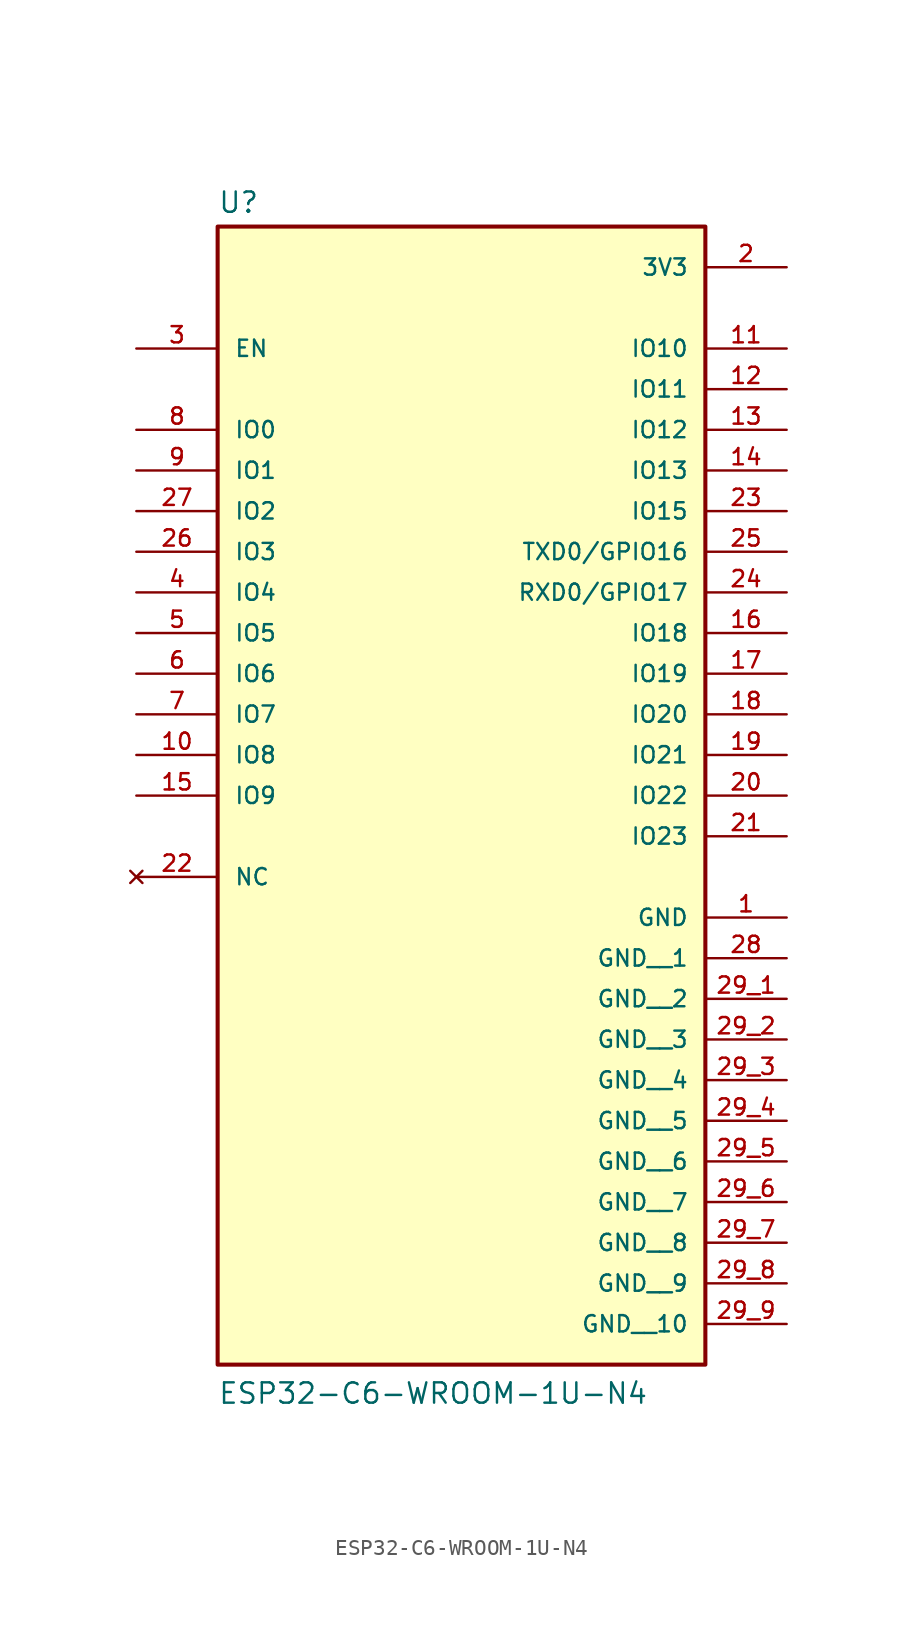
<source format=kicad_sym>
(kicad_symbol_lib
  (version 20211014)
  (generator kicad_symbol_editor)
  (symbol "ESP32-C6-WROOM-1U-N4"
    (pin_names
      (offset 1.016))
    (property "Reference" "U"
      (at -15.24 23.622 0)
      (effects (font (size 1.27 1.27)) (justify bottom left)))
    (property "Value" "ESP32-C6-WROOM-1U-N4"
      (at -15.24 -50.8 0)
      (effects (font (size 1.27 1.27)) (justify bottom left)))
    (symbol "ESP32-C6-WROOM-1U-N4_0_0"
      (rectangle (start -15.24 -48.26) (end 15.24 22.86) (stroke (width 0.254)) (fill (type background)))
      (pin power_in line (at 20.32 -20.32 180.0) (length 5.08) (name "GND" (effects (font (size 1.016 1.016)))) (number "1" (effects (font (size 1.016 1.016)))))
      (pin power_in line (at 20.32 20.32 180.0) (length 5.08) (name "3V3" (effects (font (size 1.016 1.016)))) (number "2" (effects (font (size 1.016 1.016)))))
      (pin input line (at -20.32 15.24 0) (length 5.08) (name "EN" (effects (font (size 1.016 1.016)))) (number "3" (effects (font (size 1.016 1.016)))))
      (pin bidirectional line (at -20.32 0.0 0) (length 5.08) (name "IO4" (effects (font (size 1.016 1.016)))) (number "4" (effects (font (size 1.016 1.016)))))
      (pin bidirectional line (at -20.32 -2.54 0) (length 5.08) (name "IO5" (effects (font (size 1.016 1.016)))) (number "5" (effects (font (size 1.016 1.016)))))
      (pin bidirectional line (at -20.32 -5.08 0) (length 5.08) (name "IO6" (effects (font (size 1.016 1.016)))) (number "6" (effects (font (size 1.016 1.016)))))
      (pin bidirectional line (at -20.32 -7.62 0) (length 5.08) (name "IO7" (effects (font (size 1.016 1.016)))) (number "7" (effects (font (size 1.016 1.016)))))
      (pin bidirectional line (at -20.32 10.16 0) (length 5.08) (name "IO0" (effects (font (size 1.016 1.016)))) (number "8" (effects (font (size 1.016 1.016)))))
      (pin bidirectional line (at -20.32 7.62 0) (length 5.08) (name "IO1" (effects (font (size 1.016 1.016)))) (number "9" (effects (font (size 1.016 1.016)))))
      (pin bidirectional line (at -20.32 -10.16 0) (length 5.08) (name "IO8" (effects (font (size 1.016 1.016)))) (number "10" (effects (font (size 1.016 1.016)))))
      (pin bidirectional line (at 20.32 15.24 180.0) (length 5.08) (name "IO10" (effects (font (size 1.016 1.016)))) (number "11" (effects (font (size 1.016 1.016)))))
      (pin bidirectional line (at 20.32 12.7 180.0) (length 5.08) (name "IO11" (effects (font (size 1.016 1.016)))) (number "12" (effects (font (size 1.016 1.016)))))
      (pin bidirectional line (at 20.32 10.16 180.0) (length 5.08) (name "IO12" (effects (font (size 1.016 1.016)))) (number "13" (effects (font (size 1.016 1.016)))))
      (pin bidirectional line (at 20.32 7.62 180.0) (length 5.08) (name "IO13" (effects (font (size 1.016 1.016)))) (number "14" (effects (font (size 1.016 1.016)))))
      (pin bidirectional line (at -20.32 5.08 0) (length 5.08) (name "IO2" (effects (font (size 1.016 1.016)))) (number "27" (effects (font (size 1.016 1.016)))))
      (pin bidirectional line (at -20.32 2.54 0) (length 5.08) (name "IO3" (effects (font (size 1.016 1.016)))) (number "26" (effects (font (size 1.016 1.016)))))
      (pin bidirectional line (at 20.32 2.54 180.0) (length 5.08) (name "TXD0/GPIO16" (effects (font (size 1.016 1.016)))) (number "25" (effects (font (size 1.016 1.016)))))
      (pin bidirectional line (at 20.32 0.0 180.0) (length 5.08) (name "RXD0/GPIO17" (effects (font (size 1.016 1.016)))) (number "24" (effects (font (size 1.016 1.016)))))
      (pin bidirectional line (at 20.32 5.08 180.0) (length 5.08) (name "IO15" (effects (font (size 1.016 1.016)))) (number "23" (effects (font (size 1.016 1.016)))))
      (pin no_connect line (at -20.32 -17.78 0) (length 5.08) (name "NC" (effects (font (size 1.016 1.016)))) (number "22" (effects (font (size 1.016 1.016)))))
      (pin bidirectional line (at 20.32 -15.24 180.0) (length 5.08) (name "IO23" (effects (font (size 1.016 1.016)))) (number "21" (effects (font (size 1.016 1.016)))))
      (pin bidirectional line (at 20.32 -12.7 180.0) (length 5.08) (name "IO22" (effects (font (size 1.016 1.016)))) (number "20" (effects (font (size 1.016 1.016)))))
      (pin bidirectional line (at 20.32 -10.16 180.0) (length 5.08) (name "IO21" (effects (font (size 1.016 1.016)))) (number "19" (effects (font (size 1.016 1.016)))))
      (pin bidirectional line (at 20.32 -7.62 180.0) (length 5.08) (name "IO20" (effects (font (size 1.016 1.016)))) (number "18" (effects (font (size 1.016 1.016)))))
      (pin bidirectional line (at 20.32 -5.08 180.0) (length 5.08) (name "IO19" (effects (font (size 1.016 1.016)))) (number "17" (effects (font (size 1.016 1.016)))))
      (pin bidirectional line (at 20.32 -2.54 180.0) (length 5.08) (name "IO18" (effects (font (size 1.016 1.016)))) (number "16" (effects (font (size 1.016 1.016)))))
      (pin bidirectional line (at -20.32 -12.7 0) (length 5.08) (name "IO9" (effects (font (size 1.016 1.016)))) (number "15" (effects (font (size 1.016 1.016)))))
      (pin power_in line (at 20.32 -22.86 180.0) (length 5.08) (name "GND__1" (effects (font (size 1.016 1.016)))) (number "28" (effects (font (size 1.016 1.016)))))
      (pin power_in line (at 20.32 -25.4 180.0) (length 5.08) (name "GND__2" (effects (font (size 1.016 1.016)))) (number "29_1" (effects (font (size 1.016 1.016)))))
      (pin power_in line (at 20.32 -27.94 180.0) (length 5.08) (name "GND__3" (effects (font (size 1.016 1.016)))) (number "29_2" (effects (font (size 1.016 1.016)))))
      (pin power_in line (at 20.32 -30.48 180.0) (length 5.08) (name "GND__4" (effects (font (size 1.016 1.016)))) (number "29_3" (effects (font (size 1.016 1.016)))))
      (pin power_in line (at 20.32 -33.02 180.0) (length 5.08) (name "GND__5" (effects (font (size 1.016 1.016)))) (number "29_4" (effects (font (size 1.016 1.016)))))
      (pin power_in line (at 20.32 -35.56 180.0) (length 5.08) (name "GND__6" (effects (font (size 1.016 1.016)))) (number "29_5" (effects (font (size 1.016 1.016)))))
      (pin power_in line (at 20.32 -38.1 180.0) (length 5.08) (name "GND__7" (effects (font (size 1.016 1.016)))) (number "29_6" (effects (font (size 1.016 1.016)))))
      (pin power_in line (at 20.32 -40.64 180.0) (length 5.08) (name "GND__8" (effects (font (size 1.016 1.016)))) (number "29_7" (effects (font (size 1.016 1.016)))))
      (pin power_in line (at 20.32 -43.18 180.0) (length 5.08) (name "GND__9" (effects (font (size 1.016 1.016)))) (number "29_8" (effects (font (size 1.016 1.016)))))
      (pin power_in line (at 20.32 -45.72 180.0) (length 5.08) (name "GND__10" (effects (font (size 1.016 1.016)))) (number "29_9" (effects (font (size 1.016 1.016))))))))
</source>
